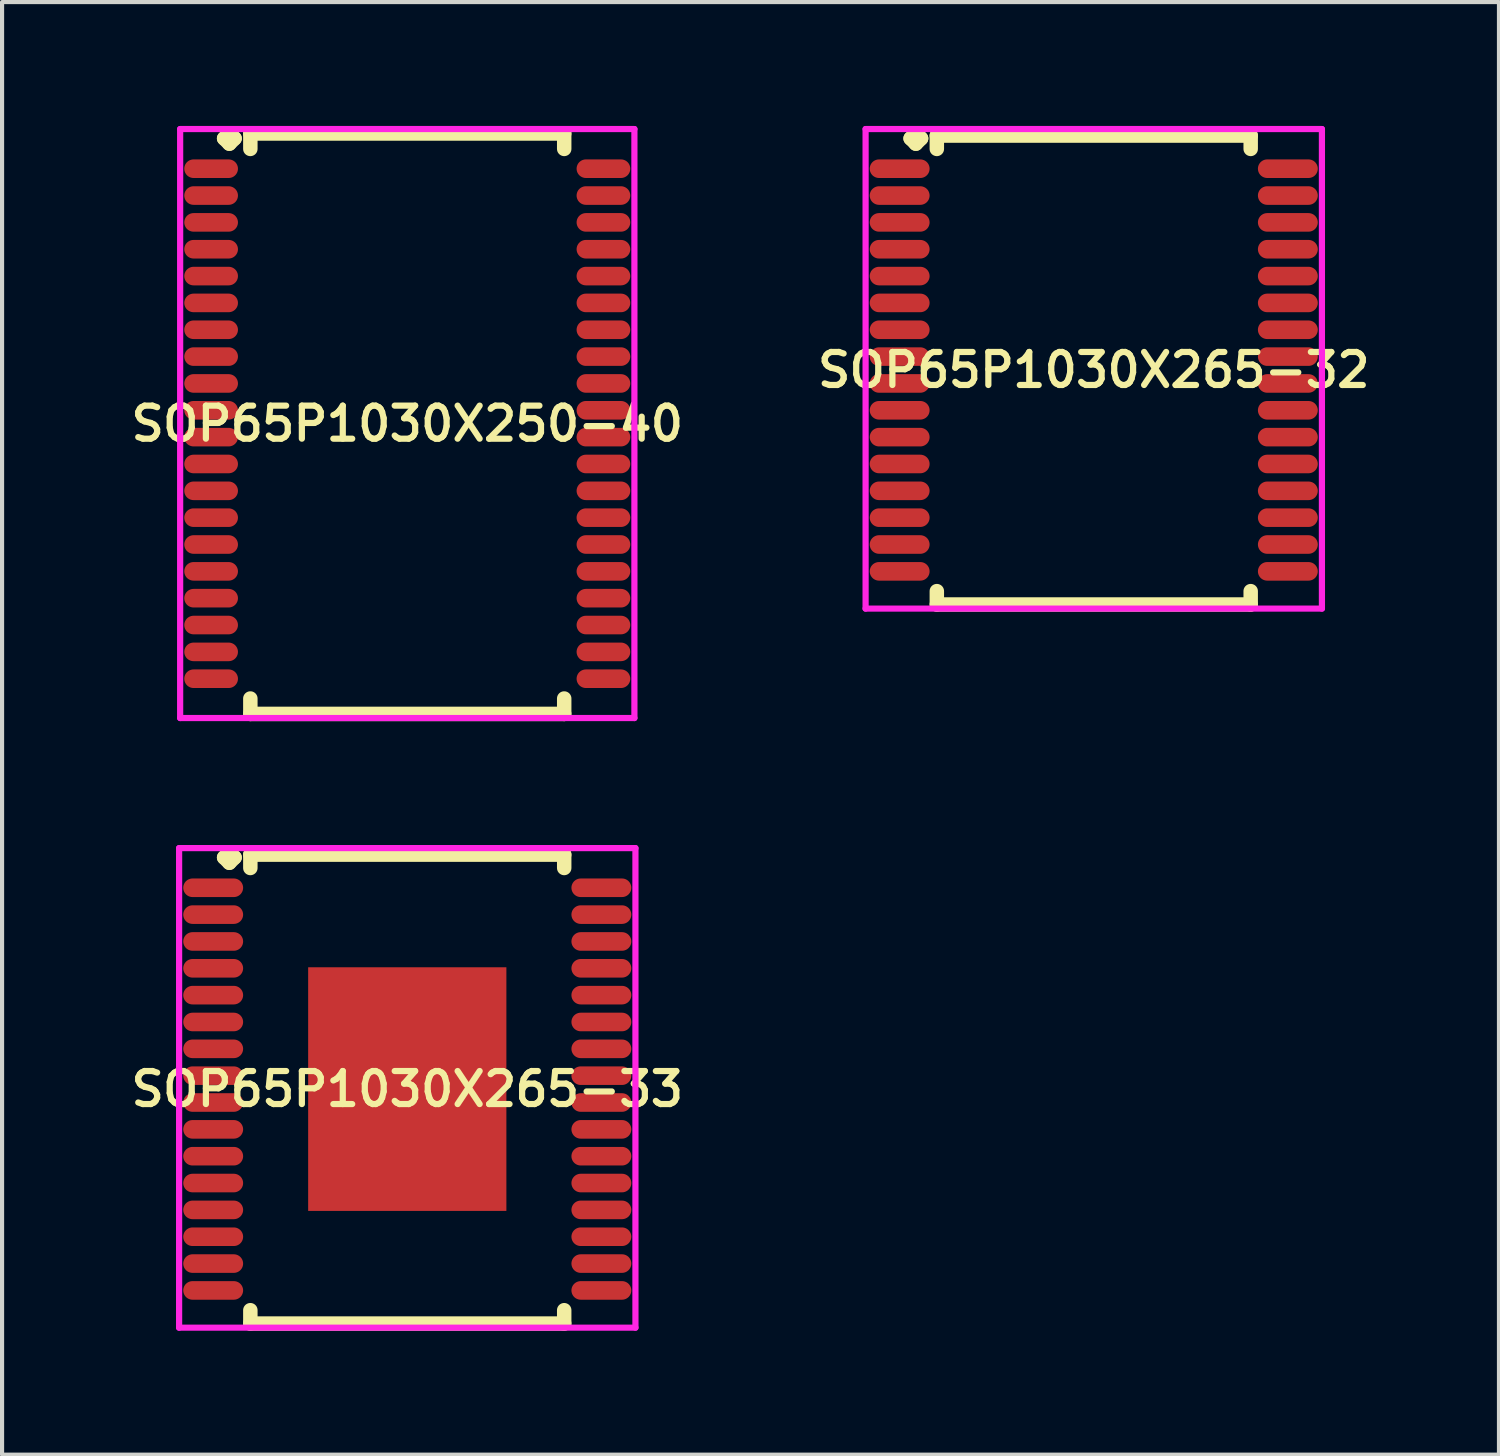
<source format=kicad_pcb>
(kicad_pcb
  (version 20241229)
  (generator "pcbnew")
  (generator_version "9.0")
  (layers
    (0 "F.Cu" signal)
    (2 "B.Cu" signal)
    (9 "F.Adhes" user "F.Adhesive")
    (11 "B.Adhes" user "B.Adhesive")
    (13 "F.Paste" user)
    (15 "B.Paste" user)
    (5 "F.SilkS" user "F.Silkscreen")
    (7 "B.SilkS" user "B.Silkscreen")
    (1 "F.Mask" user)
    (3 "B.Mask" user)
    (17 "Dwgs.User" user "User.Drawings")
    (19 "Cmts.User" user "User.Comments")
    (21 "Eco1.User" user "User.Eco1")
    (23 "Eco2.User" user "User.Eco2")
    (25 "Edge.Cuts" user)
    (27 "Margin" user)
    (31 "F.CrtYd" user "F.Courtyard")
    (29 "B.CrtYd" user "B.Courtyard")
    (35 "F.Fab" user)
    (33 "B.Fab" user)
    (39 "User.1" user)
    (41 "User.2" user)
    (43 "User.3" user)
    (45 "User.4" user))
  (footprint "SOP65P1030X265-33"
    (layer "F.Cu")
    (at 6.812 23.322)
    (property "Reference" "SOP65P1030X265-33" (at 0 0 0) (layer "F.SilkS") (effects (font (size 0.8 0.8) (thickness 0.15))))
    (attr smd)
    (fp_line (start -4.435 -5.608) (end -4.308 -5.735) (stroke (width 0.35) (type solid)) (layer "F.SilkS"))
    (fp_line (start -4.308 -5.735) (end -4.181 -5.608) (stroke (width 0.35) (type solid)) (layer "F.SilkS"))
    (fp_line (start -4.308 -5.481) (end -4.435 -5.608) (stroke (width 0.35) (type solid)) (layer "F.SilkS"))
    (fp_line (start -4.181 -5.608) (end -4.308 -5.481) (stroke (width 0.35) (type solid)) (layer "F.SilkS"))
    (fp_line (start -3.8 -5.677) (end 3.8 -5.677) (stroke (width 0.35) (type solid)) (layer "F.SilkS"))
    (fp_line (start -3.8 -5.354) (end -3.8 -5.677) (stroke (width 0.35) (type solid)) (layer "F.SilkS"))
    (fp_line (start -3.8 5.354) (end -3.8 5.677) (stroke (width 0.35) (type solid)) (layer "F.SilkS"))
    (fp_line (start -3.8 5.677) (end 3.8 5.677) (stroke (width 0.35) (type solid)) (layer "F.SilkS"))
    (fp_line (start 3.8 -5.677) (end 3.8 -5.354) (stroke (width 0.35) (type solid)) (layer "F.SilkS"))
    (fp_line (start 3.8 5.677) (end 3.8 5.354) (stroke (width 0.35) (type solid)) (layer "F.SilkS"))
    (fp_line (start -5.525 -5.835) (end 5.525 -5.835) (stroke (width 0.15) (type solid)) (layer "F.CrtYd"))
    (fp_line (start -5.525 5.777) (end -5.525 -5.835) (stroke (width 0.15) (type solid)) (layer "F.CrtYd"))
    (fp_line (start 5.525 -5.835) (end 5.525 5.777) (stroke (width 0.15) (type solid)) (layer "F.CrtYd"))
    (fp_line (start 5.525 5.777) (end -5.525 5.777) (stroke (width 0.15) (type solid)) (layer "F.CrtYd"))
    (pad "1" smd oval (at -4.7 -4.875) (size 1.45 0.45) (layers "F.Cu" "F.Mask" "F.Paste"))
    (pad "2" smd oval (at -4.7 -4.225) (size 1.45 0.45) (layers "F.Cu" "F.Mask" "F.Paste"))
    (pad "3" smd oval (at -4.7 -3.575) (size 1.45 0.45) (layers "F.Cu" "F.Mask" "F.Paste"))
    (pad "4" smd oval (at -4.7 -2.925) (size 1.45 0.45) (layers "F.Cu" "F.Mask" "F.Paste"))
    (pad "5" smd oval (at -4.7 -2.275) (size 1.45 0.45) (layers "F.Cu" "F.Mask" "F.Paste"))
    (pad "6" smd oval (at -4.7 -1.625) (size 1.45 0.45) (layers "F.Cu" "F.Mask" "F.Paste"))
    (pad "7" smd oval (at -4.7 -0.975) (size 1.45 0.45) (layers "F.Cu" "F.Mask" "F.Paste"))
    (pad "8" smd oval (at -4.7 -0.325) (size 1.45 0.45) (layers "F.Cu" "F.Mask" "F.Paste"))
    (pad "9" smd oval (at -4.7 0.325) (size 1.45 0.45) (layers "F.Cu" "F.Mask" "F.Paste"))
    (pad "10" smd oval (at -4.7 0.975) (size 1.45 0.45) (layers "F.Cu" "F.Mask" "F.Paste"))
    (pad "11" smd oval (at -4.7 1.625) (size 1.45 0.45) (layers "F.Cu" "F.Mask" "F.Paste"))
    (pad "12" smd oval (at -4.7 2.275) (size 1.45 0.45) (layers "F.Cu" "F.Mask" "F.Paste"))
    (pad "13" smd oval (at -4.7 2.925) (size 1.45 0.45) (layers "F.Cu" "F.Mask" "F.Paste"))
    (pad "14" smd oval (at -4.7 3.575) (size 1.45 0.45) (layers "F.Cu" "F.Mask" "F.Paste"))
    (pad "15" smd oval (at -4.7 4.225) (size 1.45 0.45) (layers "F.Cu" "F.Mask" "F.Paste"))
    (pad "16" smd oval (at -4.7 4.875) (size 1.45 0.45) (layers "F.Cu" "F.Mask" "F.Paste"))
    (pad "17" smd oval (at 4.7 4.875) (size 1.45 0.45) (layers "F.Cu" "F.Mask" "F.Paste"))
    (pad "18" smd oval (at 4.7 4.225) (size 1.45 0.45) (layers "F.Cu" "F.Mask" "F.Paste"))
    (pad "19" smd oval (at 4.7 3.575) (size 1.45 0.45) (layers "F.Cu" "F.Mask" "F.Paste"))
    (pad "20" smd oval (at 4.7 2.925) (size 1.45 0.45) (layers "F.Cu" "F.Mask" "F.Paste"))
    (pad "21" smd oval (at 4.7 2.275) (size 1.45 0.45) (layers "F.Cu" "F.Mask" "F.Paste"))
    (pad "22" smd oval (at 4.7 1.625) (size 1.45 0.45) (layers "F.Cu" "F.Mask" "F.Paste"))
    (pad "23" smd oval (at 4.7 0.975) (size 1.45 0.45) (layers "F.Cu" "F.Mask" "F.Paste"))
    (pad "24" smd oval (at 4.7 0.325) (size 1.45 0.45) (layers "F.Cu" "F.Mask" "F.Paste"))
    (pad "25" smd oval (at 4.7 -0.325) (size 1.45 0.45) (layers "F.Cu" "F.Mask" "F.Paste"))
    (pad "26" smd oval (at 4.7 -0.975) (size 1.45 0.45) (layers "F.Cu" "F.Mask" "F.Paste"))
    (pad "27" smd oval (at 4.7 -1.625) (size 1.45 0.45) (layers "F.Cu" "F.Mask" "F.Paste"))
    (pad "28" smd oval (at 4.7 -2.275) (size 1.45 0.45) (layers "F.Cu" "F.Mask" "F.Paste"))
    (pad "29" smd oval (at 4.7 -2.925) (size 1.45 0.45) (layers "F.Cu" "F.Mask" "F.Paste"))
    (pad "30" smd oval (at 4.7 -3.575) (size 1.45 0.45) (layers "F.Cu" "F.Mask" "F.Paste"))
    (pad "31" smd oval (at 4.7 -4.225) (size 1.45 0.45) (layers "F.Cu" "F.Mask" "F.Paste"))
    (pad "32" smd oval (at 4.7 -4.875) (size 1.45 0.45) (layers "F.Cu" "F.Mask" "F.Paste"))
    (pad "33" smd rect (at 0 0) (size 4.8 5.9) (layers "F.Cu" "F.Mask" "F.Paste")))
  (footprint "SOP65P1030X250-40"
    (layer "F.Cu")
    (at 6.812 7.21)
    (property "Reference" "SOP65P1030X250-40" (at 0 0 0) (layer "F.SilkS") (effects (font (size 0.8 0.8) (thickness 0.15))))
    (attr smd)
    (fp_line (start -4.435 -6.908) (end -4.308 -7.035) (stroke (width 0.35) (type solid)) (layer "F.SilkS"))
    (fp_line (start -4.308 -7.035) (end -4.181 -6.908) (stroke (width 0.35) (type solid)) (layer "F.SilkS"))
    (fp_line (start -4.308 -6.781) (end -4.435 -6.908) (stroke (width 0.35) (type solid)) (layer "F.SilkS"))
    (fp_line (start -4.181 -6.908) (end -4.308 -6.781) (stroke (width 0.35) (type solid)) (layer "F.SilkS"))
    (fp_line (start -3.8 -7.027) (end 3.8 -7.027) (stroke (width 0.35) (type solid)) (layer "F.SilkS"))
    (fp_line (start -3.8 -6.654) (end -3.8 -7.027) (stroke (width 0.35) (type solid)) (layer "F.SilkS"))
    (fp_line (start -3.8 6.654) (end -3.8 7.027) (stroke (width 0.35) (type solid)) (layer "F.SilkS"))
    (fp_line (start -3.8 7.027) (end 3.8 7.027) (stroke (width 0.35) (type solid)) (layer "F.SilkS"))
    (fp_line (start 3.8 -7.027) (end 3.8 -6.654) (stroke (width 0.35) (type solid)) (layer "F.SilkS"))
    (fp_line (start 3.8 7.027) (end 3.8 6.654) (stroke (width 0.35) (type solid)) (layer "F.SilkS"))
    (fp_line (start -5.5 -7.135) (end 5.5 -7.135) (stroke (width 0.15) (type solid)) (layer "F.CrtYd"))
    (fp_line (start -5.5 7.127) (end -5.5 -7.135) (stroke (width 0.15) (type solid)) (layer "F.CrtYd"))
    (fp_line (start 5.5 -7.135) (end 5.5 7.127) (stroke (width 0.15) (type solid)) (layer "F.CrtYd"))
    (fp_line (start 5.5 7.127) (end -5.5 7.127) (stroke (width 0.15) (type solid)) (layer "F.CrtYd"))
    (pad "1" smd oval (at -4.75 -6.175) (size 1.3 0.45) (layers "F.Cu" "F.Mask" "F.Paste"))
    (pad "2" smd oval (at -4.75 -5.525) (size 1.3 0.45) (layers "F.Cu" "F.Mask" "F.Paste"))
    (pad "3" smd oval (at -4.75 -4.875) (size 1.3 0.45) (layers "F.Cu" "F.Mask" "F.Paste"))
    (pad "4" smd oval (at -4.75 -4.225) (size 1.3 0.45) (layers "F.Cu" "F.Mask" "F.Paste"))
    (pad "5" smd oval (at -4.75 -3.575) (size 1.3 0.45) (layers "F.Cu" "F.Mask" "F.Paste"))
    (pad "6" smd oval (at -4.75 -2.925) (size 1.3 0.45) (layers "F.Cu" "F.Mask" "F.Paste"))
    (pad "7" smd oval (at -4.75 -2.275) (size 1.3 0.45) (layers "F.Cu" "F.Mask" "F.Paste"))
    (pad "8" smd oval (at -4.75 -1.625) (size 1.3 0.45) (layers "F.Cu" "F.Mask" "F.Paste"))
    (pad "9" smd oval (at -4.75 -0.975) (size 1.3 0.45) (layers "F.Cu" "F.Mask" "F.Paste"))
    (pad "10" smd oval (at -4.75 -0.325) (size 1.3 0.45) (layers "F.Cu" "F.Mask" "F.Paste"))
    (pad "11" smd oval (at -4.75 0.325) (size 1.3 0.45) (layers "F.Cu" "F.Mask" "F.Paste"))
    (pad "12" smd oval (at -4.75 0.975) (size 1.3 0.45) (layers "F.Cu" "F.Mask" "F.Paste"))
    (pad "13" smd oval (at -4.75 1.625) (size 1.3 0.45) (layers "F.Cu" "F.Mask" "F.Paste"))
    (pad "14" smd oval (at -4.75 2.275) (size 1.3 0.45) (layers "F.Cu" "F.Mask" "F.Paste"))
    (pad "15" smd oval (at -4.75 2.925) (size 1.3 0.45) (layers "F.Cu" "F.Mask" "F.Paste"))
    (pad "16" smd oval (at -4.75 3.575) (size 1.3 0.45) (layers "F.Cu" "F.Mask" "F.Paste"))
    (pad "17" smd oval (at -4.75 4.225) (size 1.3 0.45) (layers "F.Cu" "F.Mask" "F.Paste"))
    (pad "18" smd oval (at -4.75 4.875) (size 1.3 0.45) (layers "F.Cu" "F.Mask" "F.Paste"))
    (pad "19" smd oval (at -4.75 5.525) (size 1.3 0.45) (layers "F.Cu" "F.Mask" "F.Paste"))
    (pad "20" smd oval (at -4.75 6.175) (size 1.3 0.45) (layers "F.Cu" "F.Mask" "F.Paste"))
    (pad "21" smd oval (at 4.75 6.175) (size 1.3 0.45) (layers "F.Cu" "F.Mask" "F.Paste"))
    (pad "22" smd oval (at 4.75 5.525) (size 1.3 0.45) (layers "F.Cu" "F.Mask" "F.Paste"))
    (pad "23" smd oval (at 4.75 4.875) (size 1.3 0.45) (layers "F.Cu" "F.Mask" "F.Paste"))
    (pad "24" smd oval (at 4.75 4.225) (size 1.3 0.45) (layers "F.Cu" "F.Mask" "F.Paste"))
    (pad "25" smd oval (at 4.75 3.575) (size 1.3 0.45) (layers "F.Cu" "F.Mask" "F.Paste"))
    (pad "26" smd oval (at 4.75 2.925) (size 1.3 0.45) (layers "F.Cu" "F.Mask" "F.Paste"))
    (pad "27" smd oval (at 4.75 2.275) (size 1.3 0.45) (layers "F.Cu" "F.Mask" "F.Paste"))
    (pad "28" smd oval (at 4.75 1.625) (size 1.3 0.45) (layers "F.Cu" "F.Mask" "F.Paste"))
    (pad "29" smd oval (at 4.75 0.975) (size 1.3 0.45) (layers "F.Cu" "F.Mask" "F.Paste"))
    (pad "30" smd oval (at 4.75 0.325) (size 1.3 0.45) (layers "F.Cu" "F.Mask" "F.Paste"))
    (pad "31" smd oval (at 4.75 -0.325) (size 1.3 0.45) (layers "F.Cu" "F.Mask" "F.Paste"))
    (pad "32" smd oval (at 4.75 -0.975) (size 1.3 0.45) (layers "F.Cu" "F.Mask" "F.Paste"))
    (pad "33" smd oval (at 4.75 -1.625) (size 1.3 0.45) (layers "F.Cu" "F.Mask" "F.Paste"))
    (pad "34" smd oval (at 4.75 -2.275) (size 1.3 0.45) (layers "F.Cu" "F.Mask" "F.Paste"))
    (pad "35" smd oval (at 4.75 -2.925) (size 1.3 0.45) (layers "F.Cu" "F.Mask" "F.Paste"))
    (pad "36" smd oval (at 4.75 -3.575) (size 1.3 0.45) (layers "F.Cu" "F.Mask" "F.Paste"))
    (pad "37" smd oval (at 4.75 -4.225) (size 1.3 0.45) (layers "F.Cu" "F.Mask" "F.Paste"))
    (pad "38" smd oval (at 4.75 -4.875) (size 1.3 0.45) (layers "F.Cu" "F.Mask" "F.Paste"))
    (pad "39" smd oval (at 4.75 -5.525) (size 1.3 0.45) (layers "F.Cu" "F.Mask" "F.Paste"))
    (pad "40" smd oval (at 4.75 -6.175) (size 1.3 0.45) (layers "F.Cu" "F.Mask" "F.Paste")))
  (footprint "SOP65P1030X265-32"
    (layer "F.Cu")
    (at 23.435 5.91)
    (property "Reference" "SOP65P1030X265-32" (at 0 0 0) (layer "F.SilkS") (effects (font (size 0.8 0.8) (thickness 0.15))))
    (attr smd)
    (fp_line (start -4.435 -5.608) (end -4.308 -5.735) (stroke (width 0.35) (type solid)) (layer "F.SilkS"))
    (fp_line (start -4.308 -5.735) (end -4.181 -5.608) (stroke (width 0.35) (type solid)) (layer "F.SilkS"))
    (fp_line (start -4.308 -5.481) (end -4.435 -5.608) (stroke (width 0.35) (type solid)) (layer "F.SilkS"))
    (fp_line (start -4.181 -5.608) (end -4.308 -5.481) (stroke (width 0.35) (type solid)) (layer "F.SilkS"))
    (fp_line (start -3.8 -5.677) (end 3.8 -5.677) (stroke (width 0.35) (type solid)) (layer "F.SilkS"))
    (fp_line (start -3.8 -5.354) (end -3.8 -5.677) (stroke (width 0.35) (type solid)) (layer "F.SilkS"))
    (fp_line (start -3.8 5.354) (end -3.8 5.677) (stroke (width 0.35) (type solid)) (layer "F.SilkS"))
    (fp_line (start -3.8 5.677) (end 3.8 5.677) (stroke (width 0.35) (type solid)) (layer "F.SilkS"))
    (fp_line (start 3.8 -5.677) (end 3.8 -5.354) (stroke (width 0.35) (type solid)) (layer "F.SilkS"))
    (fp_line (start 3.8 5.677) (end 3.8 5.354) (stroke (width 0.35) (type solid)) (layer "F.SilkS"))
    (fp_line (start -5.525 -5.835) (end 5.525 -5.835) (stroke (width 0.15) (type solid)) (layer "F.CrtYd"))
    (fp_line (start -5.525 5.777) (end -5.525 -5.835) (stroke (width 0.15) (type solid)) (layer "F.CrtYd"))
    (fp_line (start 5.525 -5.835) (end 5.525 5.777) (stroke (width 0.15) (type solid)) (layer "F.CrtYd"))
    (fp_line (start 5.525 5.777) (end -5.525 5.777) (stroke (width 0.15) (type solid)) (layer "F.CrtYd"))
    (pad "1" smd oval (at -4.7 -4.875) (size 1.45 0.45) (layers "F.Cu" "F.Mask" "F.Paste"))
    (pad "2" smd oval (at -4.7 -4.225) (size 1.45 0.45) (layers "F.Cu" "F.Mask" "F.Paste"))
    (pad "3" smd oval (at -4.7 -3.575) (size 1.45 0.45) (layers "F.Cu" "F.Mask" "F.Paste"))
    (pad "4" smd oval (at -4.7 -2.925) (size 1.45 0.45) (layers "F.Cu" "F.Mask" "F.Paste"))
    (pad "5" smd oval (at -4.7 -2.275) (size 1.45 0.45) (layers "F.Cu" "F.Mask" "F.Paste"))
    (pad "6" smd oval (at -4.7 -1.625) (size 1.45 0.45) (layers "F.Cu" "F.Mask" "F.Paste"))
    (pad "7" smd oval (at -4.7 -0.975) (size 1.45 0.45) (layers "F.Cu" "F.Mask" "F.Paste"))
    (pad "8" smd oval (at -4.7 -0.325) (size 1.45 0.45) (layers "F.Cu" "F.Mask" "F.Paste"))
    (pad "9" smd oval (at -4.7 0.325) (size 1.45 0.45) (layers "F.Cu" "F.Mask" "F.Paste"))
    (pad "10" smd oval (at -4.7 0.975) (size 1.45 0.45) (layers "F.Cu" "F.Mask" "F.Paste"))
    (pad "11" smd oval (at -4.7 1.625) (size 1.45 0.45) (layers "F.Cu" "F.Mask" "F.Paste"))
    (pad "12" smd oval (at -4.7 2.275) (size 1.45 0.45) (layers "F.Cu" "F.Mask" "F.Paste"))
    (pad "13" smd oval (at -4.7 2.925) (size 1.45 0.45) (layers "F.Cu" "F.Mask" "F.Paste"))
    (pad "14" smd oval (at -4.7 3.575) (size 1.45 0.45) (layers "F.Cu" "F.Mask" "F.Paste"))
    (pad "15" smd oval (at -4.7 4.225) (size 1.45 0.45) (layers "F.Cu" "F.Mask" "F.Paste"))
    (pad "16" smd oval (at -4.7 4.875) (size 1.45 0.45) (layers "F.Cu" "F.Mask" "F.Paste"))
    (pad "17" smd oval (at 4.7 4.875) (size 1.45 0.45) (layers "F.Cu" "F.Mask" "F.Paste"))
    (pad "18" smd oval (at 4.7 4.225) (size 1.45 0.45) (layers "F.Cu" "F.Mask" "F.Paste"))
    (pad "19" smd oval (at 4.7 3.575) (size 1.45 0.45) (layers "F.Cu" "F.Mask" "F.Paste"))
    (pad "20" smd oval (at 4.7 2.925) (size 1.45 0.45) (layers "F.Cu" "F.Mask" "F.Paste"))
    (pad "21" smd oval (at 4.7 2.275) (size 1.45 0.45) (layers "F.Cu" "F.Mask" "F.Paste"))
    (pad "22" smd oval (at 4.7 1.625) (size 1.45 0.45) (layers "F.Cu" "F.Mask" "F.Paste"))
    (pad "23" smd oval (at 4.7 0.975) (size 1.45 0.45) (layers "F.Cu" "F.Mask" "F.Paste"))
    (pad "24" smd oval (at 4.7 0.325) (size 1.45 0.45) (layers "F.Cu" "F.Mask" "F.Paste"))
    (pad "25" smd oval (at 4.7 -0.325) (size 1.45 0.45) (layers "F.Cu" "F.Mask" "F.Paste"))
    (pad "26" smd oval (at 4.7 -0.975) (size 1.45 0.45) (layers "F.Cu" "F.Mask" "F.Paste"))
    (pad "27" smd oval (at 4.7 -1.625) (size 1.45 0.45) (layers "F.Cu" "F.Mask" "F.Paste"))
    (pad "28" smd oval (at 4.7 -2.275) (size 1.45 0.45) (layers "F.Cu" "F.Mask" "F.Paste"))
    (pad "29" smd oval (at 4.7 -2.925) (size 1.45 0.45) (layers "F.Cu" "F.Mask" "F.Paste"))
    (pad "30" smd oval (at 4.7 -3.575) (size 1.45 0.45) (layers "F.Cu" "F.Mask" "F.Paste"))
    (pad "31" smd oval (at 4.7 -4.225) (size 1.45 0.45) (layers "F.Cu" "F.Mask" "F.Paste"))
    (pad "32" smd oval (at 4.7 -4.875) (size 1.45 0.45) (layers "F.Cu" "F.Mask" "F.Paste")))
  (gr_rect
    (start -3 -3)
    (end 33.247 32.174)
    (stroke (width 0.1) (type default))
    (fill no)
    (layer "Edge.Cuts")))
</source>
